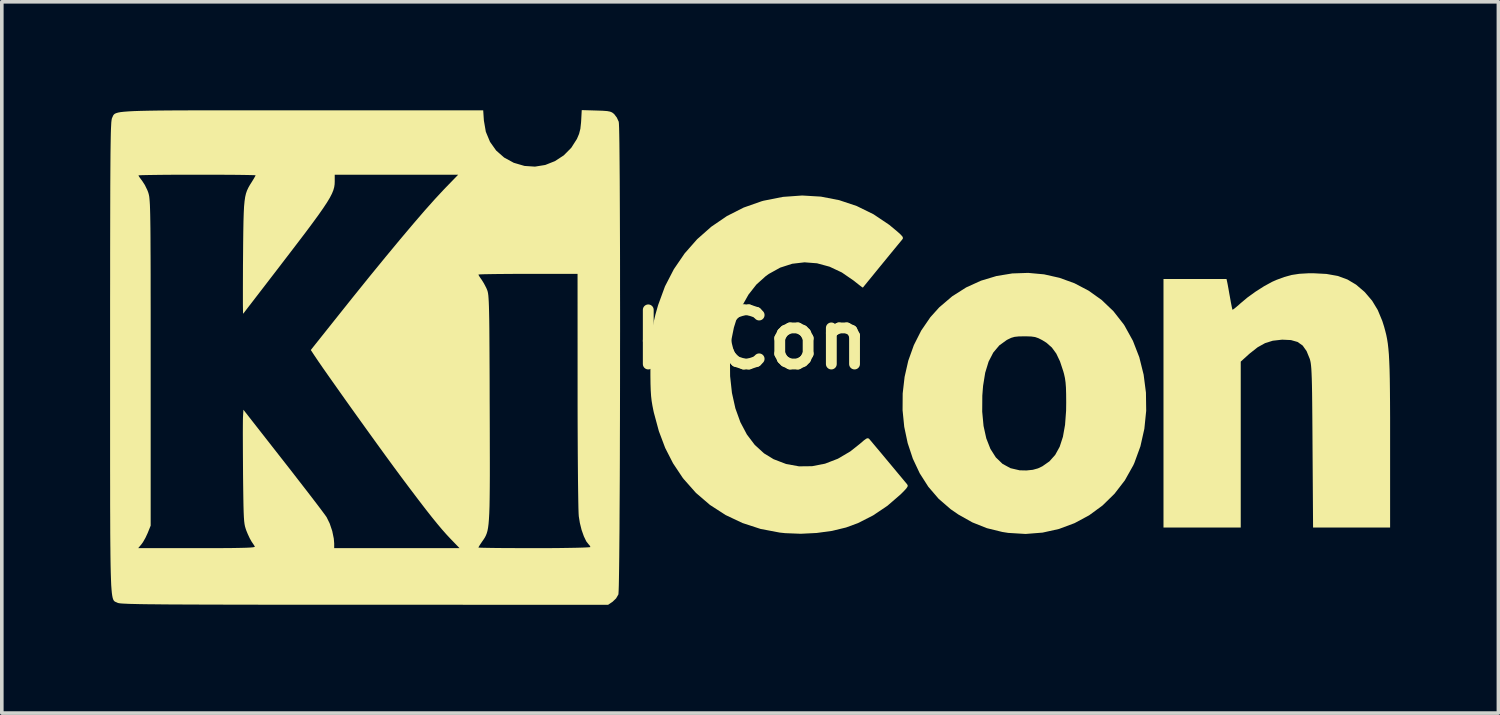
<source format=kicad_pcb>
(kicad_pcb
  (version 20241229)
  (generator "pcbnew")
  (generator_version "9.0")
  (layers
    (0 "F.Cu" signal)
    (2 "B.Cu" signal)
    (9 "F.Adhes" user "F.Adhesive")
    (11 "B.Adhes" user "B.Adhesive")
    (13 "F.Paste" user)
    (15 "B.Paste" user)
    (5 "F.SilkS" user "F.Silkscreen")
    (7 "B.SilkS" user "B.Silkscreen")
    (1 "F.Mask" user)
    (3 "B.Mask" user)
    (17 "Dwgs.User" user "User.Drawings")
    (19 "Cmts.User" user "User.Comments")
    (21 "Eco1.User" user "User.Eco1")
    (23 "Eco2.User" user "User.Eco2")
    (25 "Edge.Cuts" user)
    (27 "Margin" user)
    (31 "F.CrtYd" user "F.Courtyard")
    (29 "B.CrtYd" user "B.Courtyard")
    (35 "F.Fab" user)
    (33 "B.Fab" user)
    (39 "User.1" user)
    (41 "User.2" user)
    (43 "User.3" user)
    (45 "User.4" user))
  (footprint "KiCon"
    (layer "F.Cu")
    (at 17.766 6.356)
    (property "Reference" "KiCon" (at 0 0 0) (layer "F.SilkS") (effects (font (size 1.5 1.5) (thickness 0.3))))
    (attr board_only exclude_from_pos_files exclude_from_bom)
    (fp_poly (pts (xy 15.932 -1.817) (xy 16.24 -1.762) (xy 16.51 -1.664) (xy 16.752 -1.52) (xy 16.979 -1.326) (xy 16.999 -1.306) (xy 17.196 -1.075) (xy 17.352 -0.817) (xy 17.478 -0.514) (xy 17.528 -0.356) (xy 17.559 -0.242) (xy 17.587 -0.131) (xy 17.61 -0.016) (xy 17.63 0.109) (xy 17.646 0.25) (xy 17.66 0.412) (xy 17.67 0.601) (xy 17.679 0.824) (xy 17.685 1.085) (xy 17.689 1.392) (xy 17.692 1.749) (xy 17.694 2.163) (xy 17.694 2.639) (xy 17.694 2.899) (xy 17.694 5.208) (xy 16.627 5.208) (xy 15.56 5.208) (xy 15.545 2.97) (xy 15.542 2.51) (xy 15.539 2.115) (xy 15.536 1.781) (xy 15.533 1.501) (xy 15.529 1.27) (xy 15.524 1.082) (xy 15.518 0.932) (xy 15.512 0.814) (xy 15.504 0.722) (xy 15.495 0.65) (xy 15.484 0.594) (xy 15.472 0.547) (xy 15.468 0.535) (xy 15.38 0.32) (xy 15.271 0.166) (xy 15.13 0.067) (xy 14.947 0.015) (xy 14.713 0.004) (xy 14.682 0.006) (xy 14.443 0.033) (xy 14.23 0.1) (xy 14.025 0.214) (xy 13.809 0.384) (xy 13.777 0.412) (xy 13.556 0.612) (xy 13.556 2.91) (xy 13.556 5.208) (xy 12.486 5.208) (xy 11.416 5.208) (xy 11.416 1.766) (xy 11.416 -1.677) (xy 12.289 -1.677) (xy 13.162 -1.677) (xy 13.18 -1.596) (xy 13.194 -1.527) (xy 13.216 -1.407) (xy 13.242 -1.258) (xy 13.257 -1.177) (xy 13.283 -1.031) (xy 13.306 -0.913) (xy 13.322 -0.84) (xy 13.328 -0.825) (xy 13.357 -0.841) (xy 13.426 -0.895) (xy 13.52 -0.976) (xy 13.546 -1) (xy 13.74 -1.163) (xy 13.966 -1.326) (xy 14.201 -1.476) (xy 14.422 -1.597) (xy 14.54 -1.65) (xy 14.765 -1.733) (xy 14.97 -1.789) (xy 15.18 -1.821) (xy 15.422 -1.835) (xy 15.572 -1.836)) (stroke (width 0) (type solid)) (fill yes) (layer "F.SilkS"))
    (fp_poly (pts (xy 8.107 -1.806) (xy 8.537 -1.709) (xy 8.95 -1.559) (xy 9.341 -1.354) (xy 9.703 -1.096) (xy 10.029 -0.785) (xy 10.313 -0.422) (xy 10.337 -0.385) (xy 10.569 0.035) (xy 10.746 0.491) (xy 10.866 0.973) (xy 10.93 1.471) (xy 10.937 1.974) (xy 10.886 2.473) (xy 10.777 2.958) (xy 10.609 3.419) (xy 10.579 3.485) (xy 10.345 3.902) (xy 10.059 4.273) (xy 9.728 4.597) (xy 9.357 4.869) (xy 8.952 5.087) (xy 8.52 5.248) (xy 8.066 5.349) (xy 7.596 5.386) (xy 7.116 5.357) (xy 6.951 5.331) (xy 6.524 5.226) (xy 6.122 5.066) (xy 5.731 4.846) (xy 5.521 4.701) (xy 5.189 4.414) (xy 4.902 4.08) (xy 4.663 3.706) (xy 4.472 3.3) (xy 4.329 2.868) (xy 4.234 2.419) (xy 4.192 1.998) (xy 6.394 1.998) (xy 6.431 2.394) (xy 6.507 2.738) (xy 6.621 3.029) (xy 6.771 3.265) (xy 6.957 3.444) (xy 7.177 3.564) (xy 7.431 3.623) (xy 7.619 3.627) (xy 7.796 3.609) (xy 7.94 3.569) (xy 8.06 3.512) (xy 8.256 3.375) (xy 8.416 3.196) (xy 8.54 2.971) (xy 8.63 2.695) (xy 8.689 2.364) (xy 8.718 1.974) (xy 8.721 1.748) (xy 8.719 1.512) (xy 8.714 1.331) (xy 8.703 1.188) (xy 8.686 1.067) (xy 8.66 0.951) (xy 8.64 0.88) (xy 8.549 0.605) (xy 8.446 0.389) (xy 8.323 0.221) (xy 8.172 0.088) (xy 8.056 0.016) (xy 7.951 -0.037) (xy 7.859 -0.069) (xy 7.752 -0.084) (xy 7.607 -0.089) (xy 7.563 -0.089) (xy 7.404 -0.086) (xy 7.29 -0.074) (xy 7.197 -0.047) (xy 7.097 0.001) (xy 7.07 0.016) (xy 6.866 0.164) (xy 6.7 0.362) (xy 6.571 0.612) (xy 6.477 0.919) (xy 6.418 1.284) (xy 6.397 1.552) (xy 6.394 1.998) (xy 4.192 1.998) (xy 4.188 1.959) (xy 4.191 1.495) (xy 4.244 1.035) (xy 4.346 0.587) (xy 4.5 0.156) (xy 4.704 -0.248) (xy 4.959 -0.62) (xy 5.204 -0.892) (xy 5.562 -1.197) (xy 5.949 -1.443) (xy 6.36 -1.63) (xy 6.788 -1.759) (xy 7.226 -1.831) (xy 7.668 -1.846)) (stroke (width 0) (type solid)) (fill yes) (layer "F.SilkS"))
    (fp_poly (pts (xy 1.926 -3.959) (xy 2.432 -3.861) (xy 2.919 -3.698) (xy 3.383 -3.47) (xy 3.818 -3.178) (xy 4.049 -2.986) (xy 4.143 -2.9) (xy 4.19 -2.845) (xy 4.199 -2.806) (xy 4.178 -2.769) (xy 4.17 -2.76) (xy 4.135 -2.718) (xy 4.064 -2.632) (xy 3.965 -2.512) (xy 3.847 -2.368) (xy 3.716 -2.208) (xy 3.58 -2.042) (xy 3.447 -1.879) (xy 3.325 -1.729) (xy 3.22 -1.601) (xy 3.141 -1.504) (xy 3.096 -1.448) (xy 3.088 -1.438) (xy 3.06 -1.455) (xy 2.99 -1.508) (xy 2.89 -1.587) (xy 2.835 -1.631) (xy 2.505 -1.858) (xy 2.165 -2.018) (xy 1.818 -2.112) (xy 1.472 -2.139) (xy 1.13 -2.099) (xy 0.798 -1.992) (xy 0.482 -1.817) (xy 0.396 -1.755) (xy 0.139 -1.524) (xy -0.081 -1.244) (xy -0.27 -0.908) (xy -0.395 -0.619) (xy -0.485 -0.332) (xy -0.547 -0.027) (xy -0.583 0.316) (xy -0.594 0.517) (xy -0.59 1.015) (xy -0.539 1.479) (xy -0.444 1.906) (xy -0.305 2.291) (xy -0.125 2.631) (xy 0.094 2.92) (xy 0.351 3.154) (xy 0.614 3.315) (xy 0.962 3.448) (xy 1.319 3.513) (xy 1.681 3.509) (xy 2.041 3.439) (xy 2.396 3.302) (xy 2.739 3.1) (xy 3.008 2.887) (xy 3.116 2.794) (xy 3.186 2.744) (xy 3.23 2.733) (xy 3.261 2.751) (xy 3.296 2.792) (xy 3.37 2.88) (xy 3.474 3.004) (xy 3.602 3.156) (xy 3.744 3.327) (xy 3.781 3.371) (xy 3.927 3.546) (xy 4.06 3.706) (xy 4.172 3.84) (xy 4.256 3.941) (xy 4.304 3.998) (xy 4.309 4.004) (xy 4.33 4.037) (xy 4.326 4.075) (xy 4.29 4.128) (xy 4.214 4.21) (xy 4.131 4.292) (xy 3.769 4.605) (xy 3.372 4.872) (xy 2.954 5.085) (xy 2.622 5.207) (xy 2.234 5.301) (xy 1.808 5.359) (xy 1.367 5.381) (xy 0.936 5.364) (xy 0.785 5.348) (xy 0.254 5.247) (xy -0.248 5.083) (xy -0.717 4.861) (xy -1.148 4.582) (xy -1.536 4.249) (xy -1.876 3.865) (xy -1.907 3.825) (xy -2.17 3.43) (xy -2.388 3.004) (xy -2.564 2.537) (xy -2.704 2.018) (xy -2.716 1.962) (xy -2.743 1.826) (xy -2.764 1.698) (xy -2.779 1.564) (xy -2.789 1.41) (xy -2.795 1.223) (xy -2.798 0.989) (xy -2.798 0.785) (xy -2.797 0.454) (xy -2.789 0.179) (xy -2.774 -0.057) (xy -2.748 -0.27) (xy -2.71 -0.476) (xy -2.659 -0.691) (xy -2.591 -0.931) (xy -2.581 -0.963) (xy -2.394 -1.473) (xy -2.148 -1.949) (xy -1.849 -2.386) (xy -1.502 -2.78) (xy -1.11 -3.126) (xy -0.679 -3.42) (xy -0.214 -3.656) (xy 0.281 -3.83) (xy 0.339 -3.846) (xy 0.875 -3.952) (xy 1.406 -3.99)) (stroke (width 0) (type solid)) (fill yes) (layer "F.SilkS"))
    (fp_poly (pts (xy -4.297 -6.344) (xy -4.119 -6.338) (xy -3.997 -6.329) (xy -3.916 -6.314) (xy -3.86 -6.291) (xy -3.814 -6.256) (xy -3.802 -6.246) (xy -3.728 -6.149) (xy -3.676 -6.035) (xy -3.675 -6.032) (xy -3.67 -5.978) (xy -3.665 -5.859) (xy -3.661 -5.676) (xy -3.657 -5.436) (xy -3.654 -5.142) (xy -3.651 -4.799) (xy -3.648 -4.411) (xy -3.646 -3.983) (xy -3.644 -3.519) (xy -3.642 -3.023) (xy -3.64 -2.499) (xy -3.639 -1.953) (xy -3.639 -1.388) (xy -3.638 -0.809) (xy -3.638 -0.22) (xy -3.639 0.375) (xy -3.639 0.97) (xy -3.64 1.562) (xy -3.641 2.146) (xy -3.643 2.719) (xy -3.644 3.274) (xy -3.646 3.809) (xy -3.649 4.319) (xy -3.652 4.799) (xy -3.654 5.244) (xy -3.658 5.652) (xy -3.661 6.017) (xy -3.665 6.334) (xy -3.669 6.6) (xy -3.673 6.81) (xy -3.678 6.96) (xy -3.683 7.045) (xy -3.685 7.062) (xy -3.749 7.172) (xy -3.846 7.265) (xy -3.849 7.267) (xy -3.97 7.349) (xy -10.716 7.347) (xy -11.541 7.347) (xy -12.297 7.347) (xy -12.988 7.346) (xy -13.616 7.346) (xy -14.184 7.345) (xy -14.696 7.344) (xy -15.154 7.343) (xy -15.561 7.341) (xy -15.92 7.34) (xy -16.235 7.338) (xy -16.507 7.335) (xy -16.74 7.333) (xy -16.937 7.33) (xy -17.101 7.326) (xy -17.235 7.323) (xy -17.341 7.318) (xy -17.423 7.314) (xy -17.483 7.309) (xy -17.525 7.303) (xy -17.551 7.297) (xy -17.56 7.293) (xy -17.585 7.281) (xy -17.608 7.272) (xy -17.629 7.262) (xy -17.648 7.249) (xy -17.665 7.229) (xy -17.68 7.2) (xy -17.694 7.158) (xy -17.706 7.1) (xy -17.717 7.024) (xy -17.726 6.926) (xy -17.735 6.803) (xy -17.741 6.653) (xy -17.747 6.471) (xy -17.752 6.256) (xy -17.756 6.004) (xy -17.758 5.779) (xy -16.987 5.779) (xy -15.359 5.779) (xy -14.963 5.779) (xy -14.633 5.778) (xy -14.364 5.776) (xy -14.151 5.772) (xy -13.99 5.768) (xy -13.875 5.762) (xy -13.801 5.755) (xy -13.763 5.745) (xy -13.756 5.735) (xy -13.794 5.675) (xy -13.849 5.594) (xy -13.849 5.593) (xy -13.898 5.506) (xy -13.955 5.383) (xy -13.993 5.29) (xy -14.012 5.234) (xy -14.029 5.176) (xy -14.042 5.11) (xy -14.052 5.027) (xy -14.06 4.919) (xy -14.066 4.78) (xy -14.071 4.6) (xy -14.075 4.372) (xy -14.079 4.09) (xy -14.083 3.743) (xy -14.083 3.728) (xy -14.085 3.414) (xy -14.087 3.114) (xy -14.088 2.838) (xy -14.089 2.595) (xy -14.088 2.395) (xy -14.087 2.247) (xy -14.085 2.16) (xy -14.085 2.158) (xy -14.073 1.945) (xy -12.97 3.354) (xy -12.75 3.635) (xy -12.541 3.905) (xy -12.346 4.156) (xy -12.172 4.382) (xy -12.023 4.577) (xy -11.903 4.736) (xy -11.817 4.852) (xy -11.77 4.918) (xy -11.767 4.923) (xy -11.682 5.097) (xy -11.612 5.305) (xy -11.569 5.514) (xy -11.558 5.644) (xy -11.558 5.779) (xy -9.822 5.779) (xy -8.086 5.779) (xy -8.102 5.762) (xy -7.563 5.762) (xy -7.528 5.766) (xy -7.43 5.769) (xy -7.274 5.772) (xy -7.069 5.775) (xy -6.822 5.777) (xy -6.539 5.778) (xy -6.229 5.779) (xy -6.011 5.779) (xy -5.679 5.779) (xy -5.373 5.777) (xy -5.1 5.773) (xy -4.866 5.769) (xy -4.679 5.764) (xy -4.545 5.758) (xy -4.472 5.752) (xy -4.459 5.748) (xy -4.484 5.701) (xy -4.508 5.676) (xy -4.575 5.59) (xy -4.642 5.45) (xy -4.704 5.275) (xy -4.752 5.082) (xy -4.782 4.896) (xy -4.787 4.814) (xy -4.792 4.666) (xy -4.796 4.459) (xy -4.8 4.197) (xy -4.804 3.887) (xy -4.807 3.534) (xy -4.81 3.144) (xy -4.812 2.723) (xy -4.814 2.276) (xy -4.815 1.809) (xy -4.815 1.382) (xy -4.816 -1.819) (xy -6.189 -1.819) (xy -6.495 -1.819) (xy -6.776 -1.817) (xy -7.027 -1.815) (xy -7.238 -1.812) (xy -7.403 -1.809) (xy -7.513 -1.805) (xy -7.561 -1.8) (xy -7.563 -1.799) (xy -7.544 -1.76) (xy -7.496 -1.688) (xy -7.479 -1.665) (xy -7.412 -1.559) (xy -7.345 -1.431) (xy -7.328 -1.391) (xy -7.316 -1.361) (xy -7.305 -1.325) (xy -7.296 -1.281) (xy -7.288 -1.222) (xy -7.282 -1.145) (xy -7.276 -1.045) (xy -7.271 -0.917) (xy -7.267 -0.756) (xy -7.263 -0.559) (xy -7.26 -0.319) (xy -7.258 -0.033) (xy -7.256 0.304) (xy -7.254 0.696) (xy -7.252 1.149) (xy -7.251 1.666) (xy -7.25 1.886) (xy -7.248 2.454) (xy -7.247 2.955) (xy -7.246 3.393) (xy -7.246 3.774) (xy -7.248 4.103) (xy -7.251 4.382) (xy -7.255 4.619) (xy -7.262 4.816) (xy -7.271 4.978) (xy -7.282 5.111) (xy -7.296 5.218) (xy -7.313 5.305) (xy -7.334 5.375) (xy -7.358 5.434) (xy -7.385 5.486) (xy -7.417 5.536) (xy -7.453 5.588) (xy -7.457 5.593) (xy -7.517 5.682) (xy -7.555 5.745) (xy -7.563 5.762) (xy -8.102 5.762) (xy -8.335 5.521) (xy -8.45 5.398) (xy -8.571 5.261) (xy -8.704 5.103) (xy -8.854 4.918) (xy -9.027 4.698) (xy -9.228 4.436) (xy -9.462 4.127) (xy -9.601 3.942) (xy -9.761 3.727) (xy -9.947 3.475) (xy -10.152 3.194) (xy -10.371 2.892) (xy -10.599 2.576) (xy -10.831 2.253) (xy -11.061 1.932) (xy -11.284 1.619) (xy -11.494 1.322) (xy -11.687 1.049) (xy -11.856 0.808) (xy -11.997 0.604) (xy -12.103 0.447) (xy -12.143 0.386) (xy -12.206 0.29) (xy -11.572 -0.506) (xy -11.055 -1.154) (xy -10.576 -1.748) (xy -10.135 -2.287) (xy -9.733 -2.772) (xy -9.371 -3.201) (xy -9.049 -3.575) (xy -8.767 -3.891) (xy -8.526 -4.15) (xy -8.477 -4.201) (xy -8.123 -4.566) (xy -9.833 -4.566) (xy -11.543 -4.566) (xy -11.543 -4.379) (xy -11.546 -4.3) (xy -11.558 -4.22) (xy -11.582 -4.135) (xy -11.621 -4.04) (xy -11.678 -3.929) (xy -11.757 -3.798) (xy -11.86 -3.642) (xy -11.99 -3.456) (xy -12.152 -3.234) (xy -12.347 -2.972) (xy -12.58 -2.666) (xy -12.853 -2.309) (xy -12.914 -2.23) (xy -13.133 -1.944) (xy -13.34 -1.675) (xy -13.529 -1.429) (xy -13.697 -1.211) (xy -13.84 -1.025) (xy -13.953 -0.879) (xy -14.032 -0.775) (xy -14.074 -0.721) (xy -14.08 -0.714) (xy -14.083 -0.745) (xy -14.085 -0.84) (xy -14.087 -0.993) (xy -14.087 -1.195) (xy -14.087 -1.44) (xy -14.086 -1.721) (xy -14.085 -2.031) (xy -14.083 -2.266) (xy -14.08 -2.664) (xy -14.076 -2.997) (xy -14.071 -3.273) (xy -14.064 -3.499) (xy -14.055 -3.683) (xy -14.041 -3.83) (xy -14.024 -3.949) (xy -14.001 -4.047) (xy -13.972 -4.13) (xy -13.936 -4.207) (xy -13.893 -4.283) (xy -13.843 -4.362) (xy -13.784 -4.458) (xy -13.745 -4.527) (xy -13.735 -4.55) (xy -13.769 -4.553) (xy -13.868 -4.556) (xy -14.024 -4.559) (xy -14.23 -4.562) (xy -14.479 -4.564) (xy -14.764 -4.565) (xy -15.078 -4.566) (xy -15.358 -4.566) (xy -15.69 -4.566) (xy -16 -4.565) (xy -16.28 -4.563) (xy -16.522 -4.56) (xy -16.721 -4.557) (xy -16.868 -4.554) (xy -16.957 -4.55) (xy -16.981 -4.546) (xy -16.961 -4.509) (xy -16.909 -4.437) (xy -16.877 -4.395) (xy -16.804 -4.282) (xy -16.735 -4.141) (xy -16.707 -4.067) (xy -16.698 -4.035) (xy -16.689 -3.999) (xy -16.681 -3.954) (xy -16.675 -3.896) (xy -16.669 -3.821) (xy -16.663 -3.727) (xy -16.659 -3.608) (xy -16.655 -3.462) (xy -16.652 -3.284) (xy -16.649 -3.07) (xy -16.647 -2.817) (xy -16.646 -2.521) (xy -16.644 -2.178) (xy -16.643 -1.784) (xy -16.643 -1.336) (xy -16.642 -0.829) (xy -16.642 -0.26) (xy -16.642 0.375) (xy -16.642 0.642) (xy -16.642 5.155) (xy -16.725 5.361) (xy -16.786 5.492) (xy -16.855 5.613) (xy -16.898 5.673) (xy -16.987 5.779) (xy -17.758 5.779) (xy -17.759 5.712) (xy -17.762 5.377) (xy -17.763 4.996) (xy -17.765 4.566) (xy -17.765 4.083) (xy -17.766 3.546) (xy -17.766 2.95) (xy -17.766 2.294) (xy -17.766 1.573) (xy -17.766 0.785) (xy -17.766 0.499) (xy -17.766 -0.31) (xy -17.766 -1.051) (xy -17.765 -1.727) (xy -17.765 -2.34) (xy -17.764 -2.894) (xy -17.763 -3.392) (xy -17.762 -3.836) (xy -17.761 -4.23) (xy -17.759 -4.577) (xy -17.757 -4.88) (xy -17.755 -5.141) (xy -17.752 -5.364) (xy -17.749 -5.551) (xy -17.746 -5.707) (xy -17.742 -5.833) (xy -17.737 -5.932) (xy -17.733 -6.009) (xy -17.727 -6.065) (xy -17.721 -6.104) (xy -17.715 -6.129) (xy -17.712 -6.137) (xy -17.698 -6.166) (xy -17.687 -6.193) (xy -17.674 -6.217) (xy -17.656 -6.238) (xy -17.631 -6.257) (xy -17.593 -6.273) (xy -17.541 -6.288) (xy -17.47 -6.301) (xy -17.377 -6.311) (xy -17.258 -6.32) (xy -17.11 -6.328) (xy -16.929 -6.334) (xy -16.713 -6.339) (xy -16.457 -6.343) (xy -16.158 -6.346) (xy -15.813 -6.348) (xy -15.418 -6.349) (xy -14.969 -6.35) (xy -14.464 -6.35) (xy -13.898 -6.35) (xy -13.269 -6.35) (xy -12.572 -6.35) (xy -12.439 -6.35) (xy -7.43 -6.35) (xy -7.411 -6.067) (xy -7.357 -5.755) (xy -7.241 -5.476) (xy -7.071 -5.236) (xy -6.849 -5.041) (xy -6.583 -4.896) (xy -6.285 -4.809) (xy -5.996 -4.79) (xy -5.711 -4.836) (xy -5.441 -4.943) (xy -5.197 -5.103) (xy -4.99 -5.312) (xy -4.833 -5.558) (xy -4.774 -5.697) (xy -4.738 -5.839) (xy -4.719 -6.014) (xy -4.716 -6.059) (xy -4.7 -6.356)) (stroke (width 0) (type solid)) (fill yes) (layer "F.SilkS")))
  (gr_rect
    (start -3 -3)
    (end 38.46 16.705)
    (stroke (width 0.1) (type default))
    (fill no)
    (layer "Edge.Cuts")))
</source>
